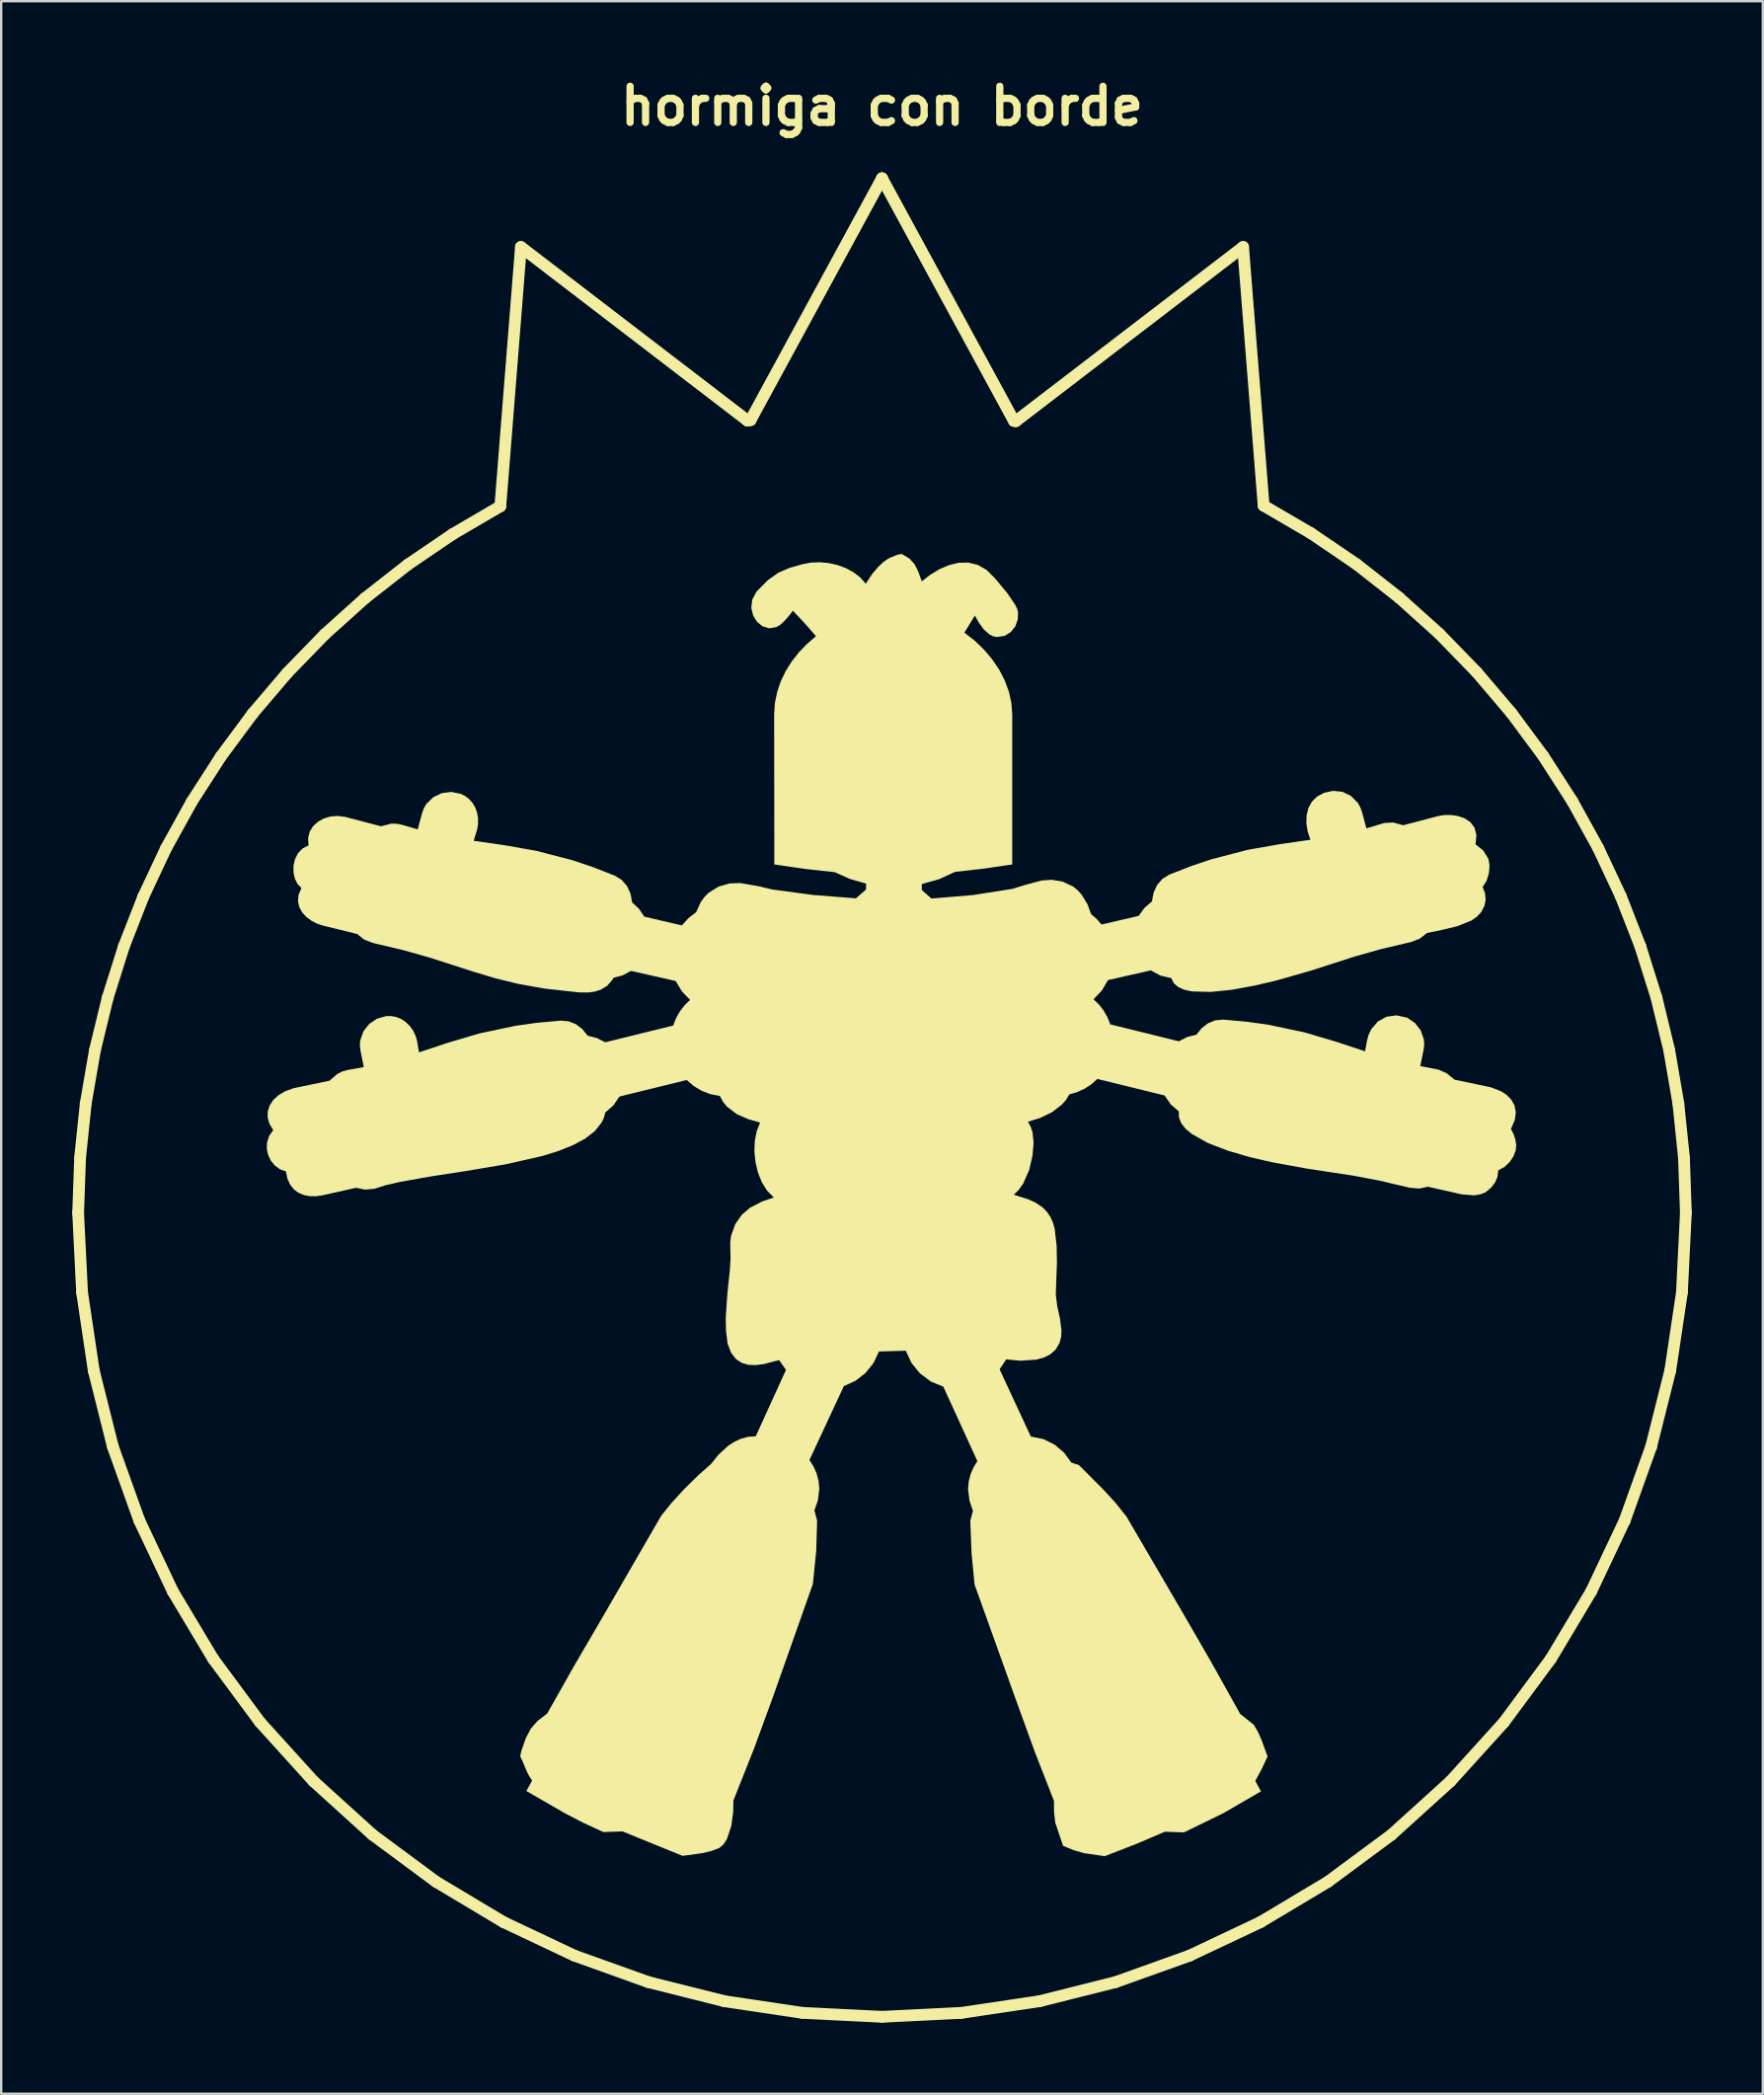
<source format=kicad_pcb>
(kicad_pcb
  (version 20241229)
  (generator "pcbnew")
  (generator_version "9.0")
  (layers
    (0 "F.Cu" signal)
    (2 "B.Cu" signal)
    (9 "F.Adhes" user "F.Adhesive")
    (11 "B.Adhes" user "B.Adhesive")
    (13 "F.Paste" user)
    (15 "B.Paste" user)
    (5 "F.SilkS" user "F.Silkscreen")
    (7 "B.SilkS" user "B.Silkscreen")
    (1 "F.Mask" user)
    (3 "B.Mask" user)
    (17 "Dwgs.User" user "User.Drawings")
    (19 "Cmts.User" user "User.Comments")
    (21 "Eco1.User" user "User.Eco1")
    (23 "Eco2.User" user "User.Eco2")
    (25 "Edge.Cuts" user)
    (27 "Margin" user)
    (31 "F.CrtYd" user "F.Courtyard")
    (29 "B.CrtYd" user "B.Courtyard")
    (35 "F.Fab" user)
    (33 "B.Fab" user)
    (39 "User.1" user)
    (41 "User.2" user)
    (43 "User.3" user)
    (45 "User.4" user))
  (footprint "hormiga con borde"
    (layer "F.Cu")
    (at 34.174 43.264)
    (property "Reference" "hormiga con borde" (at 0 -41.838 0) (layer "F.SilkS") (effects (font (size 1.524 1.524) (thickness 0.305))))
    (attr smd)
    (fp_line (start -33.926 4.868) (end -33.76 8.221) (stroke (width 0.496) (type solid)) (layer "F.SilkS"))
    (fp_line (start -33.844 2.545) (end -33.926 4.868) (stroke (width 0.496) (type solid)) (layer "F.SilkS"))
    (fp_line (start -33.76 8.221) (end -33.268 11.517) (stroke (width 0.496) (type solid)) (layer "F.SilkS"))
    (fp_line (start -33.606 0.253) (end -33.844 2.545) (stroke (width 0.496) (type solid)) (layer "F.SilkS"))
    (fp_line (start -33.268 11.517) (end -32.46 14.734) (stroke (width 0.496) (type solid)) (layer "F.SilkS"))
    (fp_line (start -33.216 -2.003) (end -33.606 0.253) (stroke (width 0.496) (type solid)) (layer "F.SilkS"))
    (fp_line (start -32.678 -4.215) (end -33.216 -2.003) (stroke (width 0.496) (type solid)) (layer "F.SilkS"))
    (fp_line (start -32.46 14.734) (end -31.344 17.849) (stroke (width 0.496) (type solid)) (layer "F.SilkS"))
    (fp_line (start -31.996 -6.377) (end -32.678 -4.215) (stroke (width 0.496) (type solid)) (layer "F.SilkS"))
    (fp_line (start -31.344 17.849) (end -29.929 20.842) (stroke (width 0.496) (type solid)) (layer "F.SilkS"))
    (fp_line (start -31.174 -8.482) (end -31.996 -6.377) (stroke (width 0.496) (type solid)) (layer "F.SilkS"))
    (fp_line (start -30.215 -10.523) (end -31.174 -8.482) (stroke (width 0.496) (type solid)) (layer "F.SilkS"))
    (fp_line (start -29.929 20.842) (end -28.226 23.688) (stroke (width 0.496) (type solid)) (layer "F.SilkS"))
    (fp_line (start -29.124 -12.495) (end -30.215 -10.523) (stroke (width 0.496) (type solid)) (layer "F.SilkS"))
    (fp_line (start -28.226 23.688) (end -26.243 26.366) (stroke (width 0.496) (type solid)) (layer "F.SilkS"))
    (fp_line (start -27.904 -14.39) (end -29.124 -12.495) (stroke (width 0.496) (type solid)) (layer "F.SilkS"))
    (fp_line (start -26.561 -16.201) (end -27.904 -14.39) (stroke (width 0.496) (type solid)) (layer "F.SilkS"))
    (fp_line (start -26.243 26.366) (end -23.989 28.854) (stroke (width 0.496) (type solid)) (layer "F.SilkS"))
    (fp_line (start -25.096 -17.923) (end -26.561 -16.201) (stroke (width 0.496) (type solid)) (layer "F.SilkS"))
    (fp_line (start -23.989 28.854) (end -21.501 31.108) (stroke (width 0.496) (type solid)) (layer "F.SilkS"))
    (fp_line (start -23.516 -19.548) (end -25.096 -17.923) (stroke (width 0.496) (type solid)) (layer "F.SilkS"))
    (fp_line (start -21.823 -21.07) (end -23.516 -19.548) (stroke (width 0.496) (type solid)) (layer "F.SilkS"))
    (fp_line (start -21.501 31.108) (end -18.822 33.091) (stroke (width 0.496) (type solid)) (layer "F.SilkS"))
    (fp_line (start -20.021 -22.482) (end -21.823 -21.07) (stroke (width 0.496) (type solid)) (layer "F.SilkS"))
    (fp_line (start -18.822 33.091) (end -15.975 34.794) (stroke (width 0.496) (type solid)) (layer "F.SilkS"))
    (fp_line (start -18.115 -23.778) (end -20.021 -22.482) (stroke (width 0.496) (type solid)) (layer "F.SilkS"))
    (fp_line (start -16.108 -24.951) (end -18.115 -23.778) (stroke (width 0.496) (type solid)) (layer "F.SilkS"))
    (fp_line (start -15.975 34.794) (end -12.983 36.208) (stroke (width 0.496) (type solid)) (layer "F.SilkS"))
    (fp_line (start -15.239 -35.892) (end -16.108 -24.951) (stroke (width 0.496) (type solid)) (layer "F.SilkS"))
    (fp_line (start -12.983 36.208) (end -9.867 37.324) (stroke (width 0.496) (type solid)) (layer "F.SilkS"))
    (fp_line (start -9.867 37.324) (end -6.65 38.132) (stroke (width 0.496) (type solid)) (layer "F.SilkS"))
    (fp_line (start -6.65 38.132) (end -3.353 38.624) (stroke (width 0.496) (type solid)) (layer "F.SilkS"))
    (fp_line (start -5.685 -28.57) (end -15.239 -35.892) (stroke (width 0.496) (type solid)) (layer "F.SilkS"))
    (fp_line (start -5.549 -28.586) (end -5.685 -28.57) (stroke (width 0.496) (type solid)) (layer "F.SilkS"))
    (fp_line (start -3.353 38.624) (end 0.000036 38.79) (stroke (width 0.496) (type solid)) (layer "F.SilkS"))
    (fp_line (start 0.000035 -38.79) (end -5.549 -28.586) (stroke (width 0.496) (type solid)) (layer "F.SilkS"))
    (fp_line (start 0.000036 38.79) (end 3.353 38.624) (stroke (width 0.496) (type solid)) (layer "F.SilkS"))
    (fp_line (start 0.000037 -38.79) (end 0.000035 -38.79) (stroke (width 0.496) (type solid)) (layer "F.SilkS"))
    (fp_line (start 3.353 38.624) (end 6.65 38.132) (stroke (width 0.496) (type solid)) (layer "F.SilkS"))
    (fp_line (start 5.566 -28.555) (end 0.000037 -38.79) (stroke (width 0.496) (type solid)) (layer "F.SilkS"))
    (fp_line (start 5.649 -28.542) (end 5.566 -28.555) (stroke (width 0.496) (type solid)) (layer "F.SilkS"))
    (fp_line (start 6.65 38.132) (end 9.867 37.324) (stroke (width 0.496) (type solid)) (layer "F.SilkS"))
    (fp_line (start 9.867 37.324) (end 12.983 36.208) (stroke (width 0.496) (type solid)) (layer "F.SilkS"))
    (fp_line (start 12.983 36.208) (end 15.975 34.794) (stroke (width 0.496) (type solid)) (layer "F.SilkS"))
    (fp_line (start 15.239 -35.892) (end 5.649 -28.542) (stroke (width 0.496) (type solid)) (layer "F.SilkS"))
    (fp_line (start 15.975 34.794) (end 18.822 33.091) (stroke (width 0.496) (type solid)) (layer "F.SilkS"))
    (fp_line (start 16.106 -24.978) (end 15.239 -35.892) (stroke (width 0.496) (type solid)) (layer "F.SilkS"))
    (fp_line (start 18.114 -23.805) (end 16.106 -24.978) (stroke (width 0.496) (type solid)) (layer "F.SilkS"))
    (fp_line (start 18.822 33.091) (end 21.501 31.108) (stroke (width 0.496) (type solid)) (layer "F.SilkS"))
    (fp_line (start 20.022 -22.508) (end 18.114 -23.805) (stroke (width 0.496) (type solid)) (layer "F.SilkS"))
    (fp_line (start 21.501 31.108) (end 23.989 28.854) (stroke (width 0.496) (type solid)) (layer "F.SilkS"))
    (fp_line (start 21.825 -21.094) (end 20.022 -22.508) (stroke (width 0.496) (type solid)) (layer "F.SilkS"))
    (fp_line (start 23.519 -19.571) (end 21.825 -21.094) (stroke (width 0.496) (type solid)) (layer "F.SilkS"))
    (fp_line (start 23.989 28.854) (end 26.243 26.366) (stroke (width 0.496) (type solid)) (layer "F.SilkS"))
    (fp_line (start 25.101 -17.944) (end 23.519 -19.571) (stroke (width 0.496) (type solid)) (layer "F.SilkS"))
    (fp_line (start 26.243 26.366) (end 28.226 23.688) (stroke (width 0.496) (type solid)) (layer "F.SilkS"))
    (fp_line (start 26.566 -16.221) (end 25.101 -17.944) (stroke (width 0.496) (type solid)) (layer "F.SilkS"))
    (fp_line (start 27.91 -14.407) (end 26.566 -16.221) (stroke (width 0.496) (type solid)) (layer "F.SilkS"))
    (fp_line (start 28.226 23.688) (end 29.929 20.842) (stroke (width 0.496) (type solid)) (layer "F.SilkS"))
    (fp_line (start 29.13 -12.511) (end 27.91 -14.407) (stroke (width 0.496) (type solid)) (layer "F.SilkS"))
    (fp_line (start 29.929 20.842) (end 31.344 17.849) (stroke (width 0.496) (type solid)) (layer "F.SilkS"))
    (fp_line (start 30.221 -10.537) (end 29.13 -12.511) (stroke (width 0.496) (type solid)) (layer "F.SilkS"))
    (fp_line (start 31.18 -8.494) (end 30.221 -10.537) (stroke (width 0.496) (type solid)) (layer "F.SilkS"))
    (fp_line (start 31.344 17.849) (end 32.46 14.734) (stroke (width 0.496) (type solid)) (layer "F.SilkS"))
    (fp_line (start 32.002 -6.387) (end 31.18 -8.494) (stroke (width 0.496) (type solid)) (layer "F.SilkS"))
    (fp_line (start 32.46 14.734) (end 33.268 11.517) (stroke (width 0.496) (type solid)) (layer "F.SilkS"))
    (fp_line (start 32.683 -4.223) (end 32.002 -6.387) (stroke (width 0.496) (type solid)) (layer "F.SilkS"))
    (fp_line (start 33.221 -2.009) (end 32.683 -4.223) (stroke (width 0.496) (type solid)) (layer "F.SilkS"))
    (fp_line (start 33.268 11.517) (end 33.76 8.221) (stroke (width 0.496) (type solid)) (layer "F.SilkS"))
    (fp_line (start 33.609 0.249) (end 33.221 -2.009) (stroke (width 0.496) (type solid)) (layer "F.SilkS"))
    (fp_line (start 33.76 8.221) (end 33.926 4.868) (stroke (width 0.496) (type solid)) (layer "F.SilkS"))
    (fp_line (start 33.846 2.543) (end 33.609 0.249) (stroke (width 0.496) (type solid)) (layer "F.SilkS"))
    (fp_line (start 33.926 4.868) (end 33.846 2.543) (stroke (width 0.496) (type solid)) (layer "F.SilkS"))
    (fp_poly (pts (xy -0.685 -21.684) (xy -0.919 -21.946) (xy -1.203 -22.166) (xy -1.526 -22.341) (xy -1.879 -22.471) (xy -2.249 -22.554) (xy -2.626 -22.588) (xy -3 -22.573) (xy -3.36 -22.506) (xy -3.918 -22.344) (xy -4.379 -22.143) (xy -4.815 -21.834) (xy -5.299 -21.346) (xy -5.477 -21.011) (xy -5.516 -20.667) (xy -5.441 -20.344) (xy -5.272 -20.072) (xy -5.035 -19.881) (xy -4.751 -19.8) (xy -4.444 -19.86) (xy -4.288 -19.953) (xy -4.136 -20.092) (xy -3.937 -20.315) (xy -3.76 -20.543) (xy -3.256 -20.007) (xy -2.786 -19.467) (xy -3.168 -19.14) (xy -3.512 -18.782) (xy -3.813 -18.397) (xy -4.069 -17.988) (xy -4.275 -17.557) (xy -4.426 -17.11) (xy -4.52 -16.648) (xy -4.552 -16.175) (xy -4.544 -9.837) (xy -3.226 -9.645) (xy -1.991 -9.509) (xy -1.35 -9.223) (xy -0.669 -9.026) (xy -0.674 -8.778) (xy -1.102 -8.406) (xy -2.913 -8.549) (xy -4.621 -8.778) (xy -5.213 -8.919) (xy -5.989 -9.053) (xy -6.431 -9.035) (xy -6.888 -8.906) (xy -7.312 -8.645) (xy -7.497 -8.459) (xy -7.656 -8.233) (xy -7.844 -7.821) (xy -8.171 -7.569) (xy -8.447 -7.264) (xy -10.032 -7.634) (xy -10.255 -7.963) (xy -10.545 -8.234) (xy -10.613 -8.603) (xy -10.764 -8.926) (xy -10.987 -9.185) (xy -11.275 -9.363) (xy -12.211 -9.728) (xy -13.067 -10.016) (xy -14.589 -10.411) (xy -15.944 -10.65) (xy -17.232 -10.834) (xy -17.2 -10.945) (xy -17.086 -11.317) (xy -17.049 -11.529) (xy -17.047 -11.774) (xy -17.086 -12.012) (xy -17.165 -12.234) (xy -17.281 -12.432) (xy -17.43 -12.6) (xy -17.604 -12.73) (xy -17.793 -12.821) (xy -18.187 -12.897) (xy -18.578 -12.845) (xy -18.94 -12.673) (xy -19.232 -12.387) (xy -19.339 -12.203) (xy -19.413 -11.994) (xy -19.595 -11.316) (xy -20.241 -11.505) (xy -20.481 -11.555) (xy -20.715 -11.558) (xy -21.147 -11.448) (xy -22.655 -11.842) (xy -22.967 -11.883) (xy -23.272 -11.86) (xy -23.556 -11.777) (xy -23.806 -11.639) (xy -24.01 -11.452) (xy -24.152 -11.22) (xy -24.221 -10.949) (xy -24.202 -10.642) (xy -24.461 -10.506) (xy -24.652 -10.303) (xy -24.776 -10.055) (xy -24.838 -9.781) (xy -24.838 -9.503) (xy -24.781 -9.24) (xy -24.668 -9.013) (xy -24.502 -8.843) (xy -24.623 -8.554) (xy -24.648 -8.283) (xy -24.593 -8.035) (xy -24.471 -7.813) (xy -24.295 -7.62) (xy -24.081 -7.461) (xy -23.842 -7.338) (xy -23.592 -7.256) (xy -22.152 -6.902) (xy -21.855 -6.667) (xy -21.478 -6.521) (xy -20.195 -6.218) (xy -19.109 -5.911) (xy -17.246 -5.312) (xy -16.331 -5.037) (xy -15.346 -4.795) (xy -14.231 -4.597) (xy -12.928 -4.454) (xy -12.897 -4.449) (xy -12.759 -4.437) (xy -12.377 -4.435) (xy -12.131 -4.47) (xy -11.862 -4.555) (xy -11.6 -4.715) (xy -11.375 -4.973) (xy -11.33 -5.054) (xy -10.945 -5.158) (xy -10.594 -5.345) (xy -8.709 -4.919) (xy -8.447 -4.484) (xy -8.099 -4.12) (xy -8.332 -3.893) (xy -8.531 -3.635) (xy -8.693 -3.349) (xy -8.813 -3.039) (xy -11.679 -2.332) (xy -12.035 -2.513) (xy -12.422 -2.61) (xy -12.647 -2.89) (xy -12.92 -3.096) (xy -13.226 -3.218) (xy -13.551 -3.246) (xy -14.552 -3.156) (xy -15.446 -3.032) (xy -16.985 -2.707) (xy -18.305 -2.317) (xy -19.54 -1.908) (xy -19.561 -2.021) (xy -19.624 -2.405) (xy -19.686 -2.611) (xy -19.793 -2.832) (xy -19.934 -3.027) (xy -20.104 -3.19) (xy -20.296 -3.317) (xy -20.504 -3.4) (xy -20.718 -3.439) (xy -20.927 -3.436) (xy -21.314 -3.328) (xy -21.641 -3.107) (xy -21.888 -2.792) (xy -22.022 -2.406) (xy -22.036 -2.194) (xy -22.009 -1.973) (xy -21.87 -1.286) (xy -22.532 -1.167) (xy -22.769 -1.105) (xy -22.98 -1.002) (xy -23.318 -0.711) (xy -24.843 -0.392) (xy -25.186 -0.268) (xy -25.469 -0.101) (xy -25.689 0.101) (xy -25.842 0.331) (xy -25.923 0.581) (xy -25.928 0.843) (xy -25.853 1.109) (xy -25.693 1.372) (xy -25.863 1.617) (xy -25.951 1.883) (xy -25.964 2.155) (xy -25.909 2.42) (xy -25.794 2.663) (xy -25.625 2.869) (xy -25.412 3.025) (xy -25.159 3.116) (xy -25.092 3.426) (xy -24.978 3.677) (xy -24.823 3.873) (xy -24.632 4.016) (xy -24.412 4.111) (xy -24.169 4.16) (xy -23.909 4.166) (xy -23.638 4.131) (xy -22.191 3.807) (xy -21.82 3.884) (xy -21.417 3.848) (xy -20.944 3.699) (xy -20.373 3.565) (xy -19.008 3.323) (xy -17.457 3.084) (xy -15.857 2.812) (xy -14.343 2.468) (xy -13.661 2.257) (xy -13.051 2.014) (xy -12.531 1.735) (xy -12.118 1.414) (xy -11.828 1.047) (xy -11.735 0.844) (xy -11.679 0.629) (xy -11.338 0.332) (xy -11.082 -0.042) (xy -8.244 -0.74) (xy -7.942 -0.483) (xy -7.603 -0.282) (xy -7.234 -0.142) (xy -6.843 -0.067) (xy -6.71 0.179) (xy -6.542 0.385) (xy -6.128 0.7) (xy -5.647 0.911) (xy -5.145 1.055) (xy -5.289 1.419) (xy -5.369 1.832) (xy -5.386 2.274) (xy -5.341 2.724) (xy -5.236 3.163) (xy -5.074 3.569) (xy -4.855 3.922) (xy -4.582 4.201) (xy -4.562 4.215) (xy -5.071 4.391) (xy -5.569 4.649) (xy -5.919 4.948) (xy -6.197 5.348) (xy -6.369 5.832) (xy -6.404 6.1) (xy -6.402 6.384) (xy -6.392 6.805) (xy -6.419 7.26) (xy -6.524 8.25) (xy -6.596 9.307) (xy -6.583 9.846) (xy -6.517 10.383) (xy -6.37 10.764) (xy -6.17 11.029) (xy -5.924 11.195) (xy -5.643 11.277) (xy -5.335 11.29) (xy -5.01 11.251) (xy -4.341 11.078) (xy -4.052 11.492) (xy -5.328 14.291) (xy -5.661 14.317) (xy -5.967 14.402) (xy -6.245 14.533) (xy -6.495 14.698) (xy -6.91 15.081) (xy -7.209 15.455) (xy -7.762 15.946) (xy -8.348 16.523) (xy -8.892 17.116) (xy -9.322 17.652) (xy -11.791 21.922) (xy -13.002 23.996) (xy -14.13 25.992) (xy -14.536 26.304) (xy -14.822 26.633) (xy -15.035 27.036) (xy -15.22 27.569) (xy -15.271 27.791) (xy -15.176 27.995) (xy -15.029 28.348) (xy -14.921 28.578) (xy -14.768 28.822) (xy -15.009 29.263) (xy -13.377 30.204) (xy -12.565 30.624) (xy -11.759 30.994) (xy -10.954 30.965) (xy -9.644 31.5) (xy -8.417 31.998) (xy -7.57 31.883) (xy -7.198 31.792) (xy -6.86 31.662) (xy -6.684 31.507) (xy -6.545 31.29) (xy -6.361 30.74) (xy -6.28 30.152) (xy -6.273 29.666) (xy -5.39 27.443) (xy -4.581 25.233) (xy -2.939 20.585) (xy -2.921 20.536) (xy -2.913 20.485) (xy -2.776 19.12) (xy -2.739 17.848) (xy -2.853 17.422) (xy -2.709 17.007) (xy -2.647 16.519) (xy -2.676 16.181) (xy -2.76 15.862) (xy -2.891 15.566) (xy -3.063 15.296) (xy -1.61 12.176) (xy -1.116 11.95) (xy -0.694 11.621) (xy -0.359 11.204) (xy -0.127 10.716) (xy 1.003 10.683) (xy 1.245 11.201) (xy 1.603 11.64) (xy 2.057 11.98) (xy 2.588 12.202) (xy 4.025 15.341) (xy 3.862 15.606) (xy 3.738 15.895) (xy 3.659 16.205) (xy 3.632 16.533) (xy 3.694 17.022) (xy 3.838 17.437) (xy 3.725 17.863) (xy 3.78 19.244) (xy 3.907 20.551) (xy 5.62 25.326) (xy 6.442 27.592) (xy 7.258 29.681) (xy 7.261 30.158) (xy 7.314 30.604) (xy 7.641 31.575) (xy 8.085 31.757) (xy 8.526 31.885) (xy 9.402 32.012) (xy 10.737 31.493) (xy 11.94 30.98) (xy 12.745 31.008) (xy 14.428 30.186) (xy 15.994 29.277) (xy 15.754 28.836) (xy 16.028 28.327) (xy 16.272 27.806) (xy 16.017 27.106) (xy 15.871 26.778) (xy 15.695 26.472) (xy 15.115 26.006) (xy 13.889 23.812) (xy 12.649 21.668) (xy 10.32 17.685) (xy 9.844 17.087) (xy 9.335 16.536) (xy 8.315 15.512) (xy 7.988 15.4) (xy 7.682 14.983) (xy 7.286 14.647) (xy 6.814 14.413) (xy 6.28 14.302) (xy 4.962 11.465) (xy 5.243 11.048) (xy 5.854 11.105) (xy 6.518 11.058) (xy 6.829 10.972) (xy 7.107 10.832) (xy 7.334 10.627) (xy 7.496 10.349) (xy 7.56 10.091) (xy 7.575 9.834) (xy 7.51 9.323) (xy 7.397 8.817) (xy 7.334 8.317) (xy 7.382 6.978) (xy 7.371 6.271) (xy 7.288 5.545) (xy 7.216 5.276) (xy 7.103 5.032) (xy 6.957 4.818) (xy 6.785 4.641) (xy 6.497 4.445) (xy 6.192 4.301) (xy 5.565 4.1) (xy 5.781 3.884) (xy 5.959 3.63) (xy 6.214 3.051) (xy 6.352 2.446) (xy 6.397 1.896) (xy 6.351 1.458) (xy 6.278 1.235) (xy 6.16 1.021) (xy 6.679 0.858) (xy 7.171 0.621) (xy 7.595 0.295) (xy 7.768 0.094) (xy 7.908 -0.135) (xy 8.237 -0.23) (xy 8.547 -0.372) (xy 8.832 -0.558) (xy 9.089 -0.785) (xy 11.927 -0.087) (xy 12.183 0.286) (xy 12.526 0.583) (xy 12.533 0.844) (xy 12.632 1.089) (xy 12.814 1.319) (xy 13.069 1.533) (xy 13.752 1.917) (xy 14.599 2.243) (xy 15.525 2.513) (xy 16.446 2.727) (xy 17.938 2.999) (xy 19.872 3.293) (xy 20.982 3.503) (xy 22.265 3.804) (xy 22.668 3.841) (xy 23.038 3.763) (xy 24.485 4.088) (xy 25.01 4.126) (xy 25.252 4.084) (xy 25.478 3.995) (xy 25.706 3.8) (xy 25.874 3.584) (xy 25.976 3.343) (xy 26.007 3.073) (xy 26.269 2.928) (xy 26.485 2.726) (xy 26.647 2.486) (xy 26.746 2.227) (xy 26.765 1.999) (xy 26.728 1.758) (xy 26.648 1.526) (xy 26.541 1.329) (xy 26.706 0.95) (xy 26.749 0.618) (xy 26.693 0.332) (xy 26.56 0.092) (xy 26.371 -0.103) (xy 26.148 -0.256) (xy 25.691 -0.435) (xy 24.166 -0.754) (xy 23.826 -1.029) (xy 23.482 -1.178) (xy 22.717 -1.329) (xy 22.857 -2.017) (xy 22.884 -2.237) (xy 22.87 -2.449) (xy 22.736 -2.835) (xy 22.489 -3.15) (xy 22.162 -3.372) (xy 21.705 -3.469) (xy 21.287 -3.41) (xy 20.926 -3.207) (xy 20.641 -2.874) (xy 20.536 -2.645) (xy 20.469 -2.411) (xy 20.387 -1.951) (xy 19.152 -2.36) (xy 17.833 -2.75) (xy 16.294 -3.075) (xy 15.399 -3.199) (xy 14.399 -3.289) (xy 14.074 -3.261) (xy 13.768 -3.139) (xy 13.495 -2.933) (xy 13.27 -2.653) (xy 12.882 -2.555) (xy 12.527 -2.374) (xy 9.635 -3.088) (xy 9.514 -3.391) (xy 9.353 -3.671) (xy 9.156 -3.924) (xy 8.927 -4.147) (xy 9.277 -4.516) (xy 9.54 -4.958) (xy 11.346 -5.366) (xy 11.756 -5.145) (xy 12.211 -5.039) (xy 12.316 -4.823) (xy 12.503 -4.662) (xy 12.761 -4.549) (xy 13.08 -4.48) (xy 13.864 -4.456) (xy 14.774 -4.55) (xy 15.731 -4.725) (xy 16.656 -4.943) (xy 18.094 -5.354) (xy 19.956 -5.953) (xy 21.042 -6.26) (xy 22.325 -6.563) (xy 22.703 -6.709) (xy 23 -6.944) (xy 23.633 -7.074) (xy 24.286 -7.232) (xy 24.868 -7.466) (xy 25.103 -7.627) (xy 25.287 -7.824) (xy 25.425 -8.089) (xy 25.477 -8.358) (xy 25.449 -8.625) (xy 25.35 -8.885) (xy 25.517 -9.152) (xy 25.614 -9.473) (xy 25.64 -9.795) (xy 25.594 -10.07) (xy 25.377 -10.422) (xy 25.05 -10.684) (xy 25.087 -11.082) (xy 25.005 -11.392) (xy 24.831 -11.622) (xy 24.591 -11.782) (xy 24.312 -11.879) (xy 24.02 -11.923) (xy 23.742 -11.923) (xy 23.503 -11.885) (xy 21.995 -11.491) (xy 21.57 -11.607) (xy 21.196 -11.585) (xy 20.443 -11.359) (xy 20.261 -12.037) (xy 20.187 -12.248) (xy 20.08 -12.435) (xy 19.789 -12.73) (xy 19.428 -12.904) (xy 19.035 -12.941) (xy 18.66 -12.86) (xy 18.364 -12.705) (xy 18.144 -12.487) (xy 17.996 -12.218) (xy 17.919 -11.91) (xy 17.909 -11.576) (xy 17.964 -11.228) (xy 18.08 -10.878) (xy 16.792 -10.693) (xy 15.437 -10.454) (xy 13.914 -10.059) (xy 13.058 -9.771) (xy 12.122 -9.406) (xy 11.834 -9.228) (xy 11.611 -8.969) (xy 11.46 -8.645) (xy 11.392 -8.274) (xy 11.076 -8.003) (xy 10.832 -7.666) (xy 9.265 -7.301) (xy 9.06 -7.536) (xy 8.824 -7.741) (xy 8.671 -8.159) (xy 8.425 -8.561) (xy 8.247 -8.759) (xy 8.049 -8.915) (xy 7.613 -9.115) (xy 7.162 -9.189) (xy 6.741 -9.16) (xy 6.027 -8.968) (xy 5.503 -8.806) (xy 3.827 -8.543) (xy 2.084 -8.399) (xy 1.679 -8.758) (xy 1.68 -9.009) (xy 2.407 -9.213) (xy 3.081 -9.522) (xy 4.314 -9.662) (xy 5.496 -9.836) (xy 5.496 -16.175) (xy 5.459 -16.658) (xy 5.352 -17.137) (xy 5.178 -17.605) (xy 4.943 -18.058) (xy 4.651 -18.491) (xy 4.306 -18.899) (xy 3.914 -19.276) (xy 3.478 -19.619) (xy 3.917 -20.339) (xy 4.091 -20.036) (xy 4.3 -19.748) (xy 4.55 -19.53) (xy 4.691 -19.464) (xy 4.845 -19.434) (xy 5.173 -19.482) (xy 5.436 -19.641) (xy 5.624 -19.882) (xy 5.73 -20.174) (xy 5.741 -20.471) (xy 5.701 -20.632) (xy 5.62 -20.795) (xy 5.281 -21.295) (xy 4.759 -21.919) (xy 4.413 -22.265) (xy 4.038 -22.479) (xy 3.643 -22.574) (xy 3.236 -22.566) (xy 2.828 -22.469) (xy 2.426 -22.296) (xy 2.04 -22.062) (xy 1.678 -21.782) (xy 1.53 -22.197) (xy 1.373 -22.508) (xy 1.157 -22.745) (xy 0.832 -22.94) (xy 0.627 -22.898) (xy 0.285 -22.755) (xy 0.072 -22.609) (xy -0.164 -22.391) (xy -0.418 -22.088) (xy -0.685 -21.684) (xy -0.685 -21.684) (xy -0.685 -21.684)) (stroke (width 0) (type solid)) (fill yes) (layer "F.SilkS")))
  (gr_rect
    (start -3 -3)
    (end 71.348 85.302)
    (stroke (width 0.1) (type default))
    (fill no)
    (layer "Edge.Cuts")))
</source>
